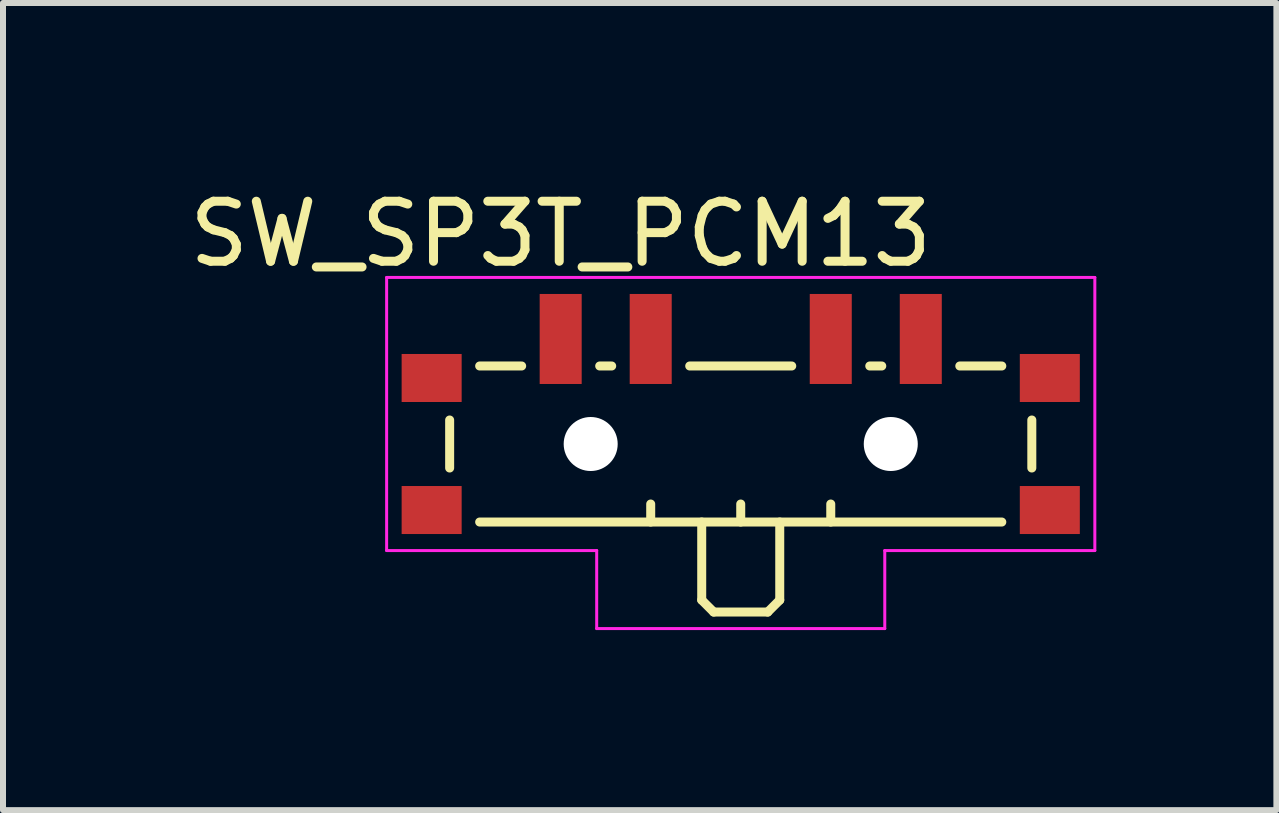
<source format=kicad_pcb>
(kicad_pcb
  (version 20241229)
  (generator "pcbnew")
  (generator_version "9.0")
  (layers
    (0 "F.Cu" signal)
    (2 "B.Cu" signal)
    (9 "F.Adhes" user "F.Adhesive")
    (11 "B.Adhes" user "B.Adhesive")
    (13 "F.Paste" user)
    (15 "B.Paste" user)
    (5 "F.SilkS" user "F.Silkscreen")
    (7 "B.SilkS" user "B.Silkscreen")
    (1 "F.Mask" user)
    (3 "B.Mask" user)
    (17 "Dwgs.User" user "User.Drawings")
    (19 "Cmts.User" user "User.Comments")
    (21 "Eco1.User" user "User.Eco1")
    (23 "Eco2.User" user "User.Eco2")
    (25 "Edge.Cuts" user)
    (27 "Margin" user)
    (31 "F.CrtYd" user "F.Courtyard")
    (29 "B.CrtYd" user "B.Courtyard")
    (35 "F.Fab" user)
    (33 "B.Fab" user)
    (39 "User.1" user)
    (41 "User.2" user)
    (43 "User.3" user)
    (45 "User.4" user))
  (footprint "SW_SP3T_PCM13"
    (layer "F.Cu")
    (at 9.292 4.023)
    (property "Reference" "SW_SP3T_PCM13" (at -3 -3.175 0) (layer "F.SilkS") (effects (font (size 1 1) (thickness 0.15))))
    (attr smd)
    (fp_line (start -4.85 -0.075) (end -4.85 0.725) (stroke (width 0.15) (type solid)) (layer "F.SilkS"))
    (fp_line (start -4.35 -0.975) (end -3.65 -0.975) (stroke (width 0.15) (type solid)) (layer "F.SilkS"))
    (fp_line (start -4.35 1.625) (end 4.35 1.625) (stroke (width 0.15) (type solid)) (layer "F.SilkS"))
    (fp_line (start -2.35 -0.975) (end -2.15 -0.975) (stroke (width 0.15) (type solid)) (layer "F.SilkS"))
    (fp_line (start -1.5 1.625) (end -1.5 1.325) (stroke (width 0.15) (type solid)) (layer "F.SilkS"))
    (fp_line (start -0.85 -0.975) (end 0.85 -0.975) (stroke (width 0.15) (type solid)) (layer "F.SilkS"))
    (fp_line (start -0.65 1.625) (end -0.65 2.925) (stroke (width 0.15) (type solid)) (layer "F.SilkS"))
    (fp_line (start -0.65 2.925) (end -0.45 3.125) (stroke (width 0.15) (type solid)) (layer "F.SilkS"))
    (fp_line (start 0 1.325) (end 0 1.625) (stroke (width 0.15) (type solid)) (layer "F.SilkS"))
    (fp_line (start 0.45 3.125) (end -0.45 3.125) (stroke (width 0.15) (type solid)) (layer "F.SilkS"))
    (fp_line (start 0.65 2.925) (end 0.45 3.125) (stroke (width 0.15) (type solid)) (layer "F.SilkS"))
    (fp_line (start 0.65 2.925) (end 0.65 1.625) (stroke (width 0.15) (type solid)) (layer "F.SilkS"))
    (fp_line (start 1.5 1.325) (end 1.5 1.625) (stroke (width 0.15) (type solid)) (layer "F.SilkS"))
    (fp_line (start 2.15 -0.975) (end 2.35 -0.975) (stroke (width 0.15) (type solid)) (layer "F.SilkS"))
    (fp_line (start 3.65 -0.975) (end 4.35 -0.975) (stroke (width 0.15) (type solid)) (layer "F.SilkS"))
    (fp_line (start 4.85 0.725) (end 4.85 -0.075) (stroke (width 0.15) (type solid)) (layer "F.SilkS"))
    (fp_line (start -5.9 -2.45) (end 5.9 -2.45) (stroke (width 0.05) (type solid)) (layer "F.CrtYd"))
    (fp_line (start -5.9 2.1) (end -5.9 -2.45) (stroke (width 0.05) (type solid)) (layer "F.CrtYd"))
    (fp_line (start -2.4 2.1) (end -5.9 2.1) (stroke (width 0.05) (type solid)) (layer "F.CrtYd"))
    (fp_line (start -2.4 3.4) (end -2.4 2.1) (stroke (width 0.05) (type solid)) (layer "F.CrtYd"))
    (fp_line (start 2.4 2.1) (end 2.4 3.4) (stroke (width 0.05) (type solid)) (layer "F.CrtYd"))
    (fp_line (start 2.4 3.4) (end -2.4 3.4) (stroke (width 0.05) (type solid)) (layer "F.CrtYd"))
    (fp_line (start 5.9 -2.45) (end 5.9 2.1) (stroke (width 0.05) (type solid)) (layer "F.CrtYd"))
    (fp_line (start 5.9 2.1) (end 2.4 2.1) (stroke (width 0.05) (type solid)) (layer "F.CrtYd"))
    (pad "" smd rect (at -5.15 -0.775) (size 1 0.8) (layers "F.Cu" "F.Mask" "F.Paste"))
    (pad "" smd rect (at -5.15 1.425) (size 1 0.8) (layers "F.Cu" "F.Mask" "F.Paste"))
    (pad "" np_thru_hole circle (at -2.5 0.325) (size 0.9 0.9) (drill 0.9) (layers "*.Cu" "*.Mask"))
    (pad "" np_thru_hole circle (at 2.5 0.325) (size 0.9 0.9) (drill 0.9) (layers "*.Cu" "*.Mask"))
    (pad "" smd rect (at 5.15 -0.775) (size 1 0.8) (layers "F.Cu" "F.Mask" "F.Paste"))
    (pad "" smd rect (at 5.15 1.425) (size 1 0.8) (layers "F.Cu" "F.Mask" "F.Paste"))
    (pad "1" smd rect (at -3 -1.425) (size 0.7 1.5) (layers "F.Cu" "F.Mask" "F.Paste"))
    (pad "2" smd rect (at -1.5 -1.425) (size 0.7 1.5) (layers "F.Cu" "F.Mask" "F.Paste"))
    (pad "3" smd rect (at 1.5 -1.425) (size 0.7 1.5) (layers "F.Cu" "F.Mask" "F.Paste"))
    (pad "4" smd rect (at 3 -1.425) (size 0.7 1.5) (layers "F.Cu" "F.Mask" "F.Paste")))
  (gr_rect
    (start -3 -3)
    (end 18.217 10.448)
    (stroke (width 0.1) (type default))
    (fill no)
    (layer "Edge.Cuts")))
</source>
